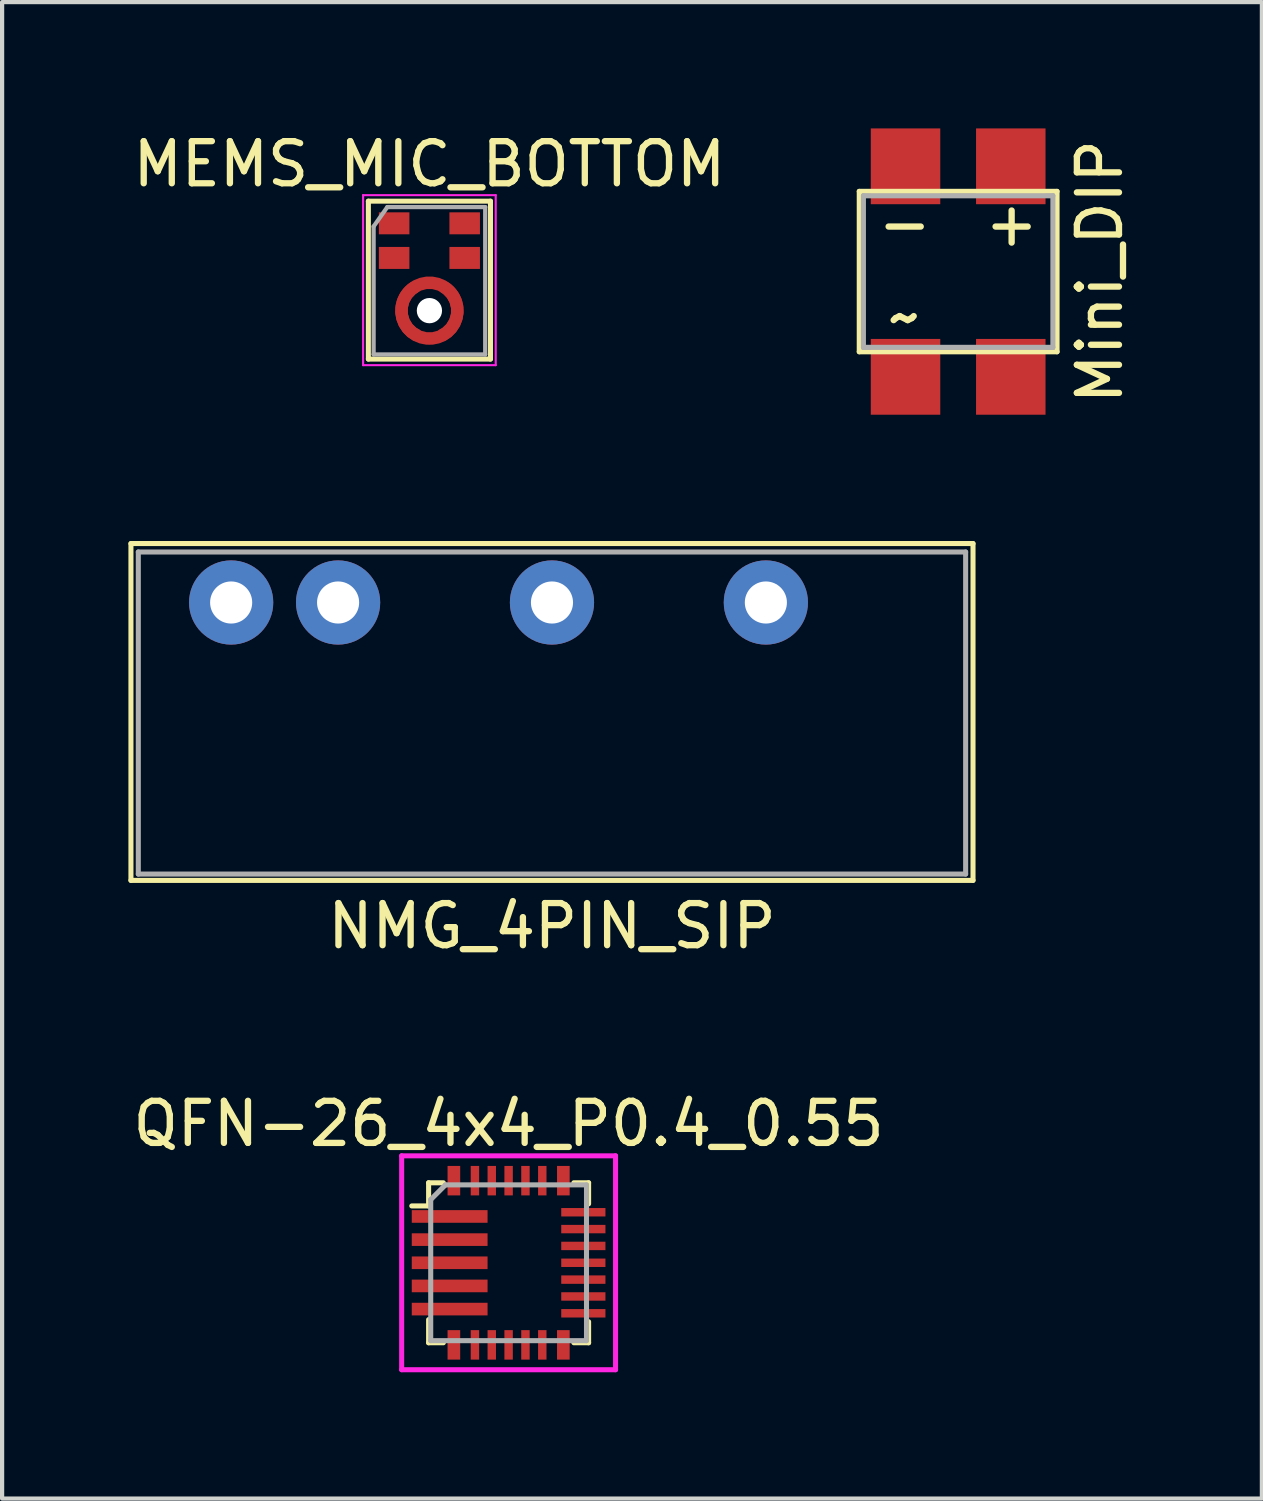
<source format=kicad_pcb>
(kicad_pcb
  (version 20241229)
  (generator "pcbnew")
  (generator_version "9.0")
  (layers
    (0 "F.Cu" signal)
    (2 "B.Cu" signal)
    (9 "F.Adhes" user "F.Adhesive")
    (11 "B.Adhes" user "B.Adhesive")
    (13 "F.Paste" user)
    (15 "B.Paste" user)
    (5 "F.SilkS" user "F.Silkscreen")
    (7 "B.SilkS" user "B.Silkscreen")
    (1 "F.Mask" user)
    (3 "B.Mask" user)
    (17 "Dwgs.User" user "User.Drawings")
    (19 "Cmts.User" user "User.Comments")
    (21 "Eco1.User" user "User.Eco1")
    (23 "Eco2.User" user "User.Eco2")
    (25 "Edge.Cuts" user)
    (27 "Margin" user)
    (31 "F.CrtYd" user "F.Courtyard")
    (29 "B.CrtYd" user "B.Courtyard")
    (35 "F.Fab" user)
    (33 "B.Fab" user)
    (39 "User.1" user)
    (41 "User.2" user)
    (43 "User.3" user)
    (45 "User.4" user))
  (footprint "MEMS_MIC_BOTTOM"
    (layer "F.Cu")
    (at 7.149 4.328)
    (property "Reference" "MEMS_MIC_BOTTOM" (at 0 -3.48 0) (layer "F.SilkS") (effects (font (size 1 1) (thickness 0.15))))
    (attr smd)
    (fp_line (start -1.45 -2.6) (end 1.45 -2.6) (stroke (width 0.12) (type solid)) (layer "F.SilkS"))
    (fp_line (start -1.45 1.15) (end -1.45 -2.6) (stroke (width 0.12) (type solid)) (layer "F.SilkS"))
    (fp_line (start 1.45 -2.6) (end 1.45 1.15) (stroke (width 0.12) (type solid)) (layer "F.SilkS"))
    (fp_line (start 1.45 1.15) (end -1.45 1.15) (stroke (width 0.12) (type solid)) (layer "F.SilkS"))
    (fp_line (start -1.575 -2.743) (end 1.575 -2.743) (stroke (width 0.05) (type solid)) (layer "F.CrtYd"))
    (fp_line (start -1.575 1.295) (end -1.575 -2.743) (stroke (width 0.05) (type solid)) (layer "F.CrtYd"))
    (fp_line (start 1.575 -2.743) (end 1.575 1.295) (stroke (width 0.05) (type solid)) (layer "F.CrtYd"))
    (fp_line (start 1.575 1.295) (end -1.575 1.295) (stroke (width 0.05) (type solid)) (layer "F.CrtYd"))
    (fp_line (start -1.325 1.04) (end -1.325 -2) (stroke (width 0.1) (type solid)) (layer "F.Fab"))
    (fp_line (start -1 -2.46) (end -1.325 -2) (stroke (width 0.1) (type solid)) (layer "F.Fab"))
    (fp_line (start -1 -2.46) (end 1.325 -2.46) (stroke (width 0.1) (type solid)) (layer "F.Fab"))
    (fp_line (start 1.325 -2.46) (end 1.325 1.04) (stroke (width 0.1) (type solid)) (layer "F.Fab"))
    (fp_line (start 1.325 1.04) (end -1.325 1.04) (stroke (width 0.1) (type solid)) (layer "F.Fab"))
    (pad "" np_thru_hole circle (at 0 0) (size 0.6 0.6) (drill 0.6) (layers "*.Cu" "*.Mask"))
    (pad "1" smd rect (at -0.838 -2.074) (size 0.725 0.522) (layers "F.Cu" "F.Mask" "F.Paste"))
    (pad "2" smd rect (at -0.838 -1.252) (size 0.725 0.522) (layers "F.Cu" "F.Mask" "F.Paste"))
    (pad "3" smd custom (at -0.662 0) (size 0.1 0.1) (layers "F.Cu" "F.Paste") (options (anchor circle)) (primitives (gr_arc (start 0.348686 0.578109) (mid -0.001314 0.028109) (end 0.3 -0.55) (width 0.3))))
    (pad "3" smd custom (at 0 0.662) (size 0.3 0.3) (layers "F.Cu" "F.Mask") (options (anchor circle)) (primitives (gr_circle (center 0 -0.662) (end 0.662 -0.662) (width 0.3) (fill no))))
    (pad "3" smd custom (at 0.662 0) (size 0.1 0.1) (layers "F.Cu" "F.Paste") (options (anchor circle)) (primitives (gr_arc (start -0.3 -0.55) (mid 0.001314 0.028109) (end -0.348686 0.578109) (width 0.3))))
    (pad "4" smd rect (at 0.838 -1.252) (size 0.725 0.522) (layers "F.Cu" "F.Mask" "F.Paste"))
    (pad "5" smd rect (at 0.838 -2.074) (size 0.725 0.522) (layers "F.Cu" "F.Mask" "F.Paste")))
  (footprint "NMG_4PIN_SIP"
    (layer "F.Cu")
    (at 10.06 11.26)
    (property "Reference" "NMG_4PIN_SIP" (at 0 7.684 0) (layer "F.SilkS") (effects (font (size 1 1) (thickness 0.15))))
    (attr through_hole)
    (fp_line (start -10 -1.4) (end 10 -1.4) (stroke (width 0.12) (type solid)) (layer "F.SilkS"))
    (fp_line (start -10 6.6) (end -10 -1.4) (stroke (width 0.12) (type solid)) (layer "F.SilkS"))
    (fp_line (start 10 -1.4) (end 10 6.6) (stroke (width 0.12) (type solid)) (layer "F.SilkS"))
    (fp_line (start 10 6.6) (end -10 6.6) (stroke (width 0.12) (type solid)) (layer "F.SilkS"))
    (fp_line (start -9.825 -1.2) (end 9.825 -1.2) (stroke (width 0.12) (type solid)) (layer "F.Fab"))
    (fp_line (start -9.825 6.45) (end -9.825 -1.2) (stroke (width 0.12) (type solid)) (layer "F.Fab"))
    (fp_line (start 9.825 -1.2) (end 9.825 6.45) (stroke (width 0.12) (type solid)) (layer "F.Fab"))
    (fp_line (start 9.825 6.45) (end -9.825 6.45) (stroke (width 0.12) (type solid)) (layer "F.Fab"))
    (pad "1" thru_hole circle (at -7.62 0) (size 2 2) (drill 1) (layers "*.Cu" "*.Mask"))
    (pad "2" thru_hole circle (at -5.08 0) (size 2 2) (drill 1) (layers "*.Cu" "*.Mask"))
    (pad "4" thru_hole circle (at 0 0) (size 2 2) (drill 1) (layers "*.Cu" "*.Mask"))
    (pad "6" thru_hole circle (at 5.08 0) (size 2 2) (drill 1) (layers "*.Cu" "*.Mask")))
  (footprint "Mini_DIP"
    (layer "F.Cu")
    (at 19.707 3.4)
    (property "Reference" "Mini_DIP" (at 3.365 0 90) (layer "F.SilkS") (effects (font (size 1 1) (thickness 0.15))))
    (attr through_hole)
    (fp_line (start -2.349 -1.905) (end 2.349 -1.905) (stroke (width 0.12) (type solid)) (layer "F.SilkS"))
    (fp_line (start -2.349 1.905) (end -2.349 -1.905) (stroke (width 0.12) (type solid)) (layer "F.SilkS"))
    (fp_line (start 2.349 -1.905) (end 2.349 1.905) (stroke (width 0.12) (type solid)) (layer "F.SilkS"))
    (fp_line (start 2.349 1.905) (end -2.349 1.905) (stroke (width 0.12) (type solid)) (layer "F.SilkS"))
    (fp_line (start -2.25 -1.8) (end 2.25 -1.8) (stroke (width 0.12) (type solid)) (layer "F.Fab"))
    (fp_line (start -2.25 1.8) (end -2.25 -1.8) (stroke (width 0.12) (type solid)) (layer "F.Fab"))
    (fp_line (start 2.25 -1.8) (end 2.25 1.8) (stroke (width 0.12) (type solid)) (layer "F.Fab"))
    (fp_line (start 2.25 1.8) (end -2.25 1.8) (stroke (width 0.12) (type solid)) (layer "F.Fab"))
    (fp_text user "-" (at -1.27 -1.143 0) (layer "F.SilkS") (effects (font (size 1 1) (thickness 0.15))))
    (fp_text user "~" (at -1.27 1.079 0) (layer "F.SilkS") (effects (font (size 1 1) (thickness 0.15))))
    (fp_text user "+" (at 1.27 -1.143 0) (layer "F.SilkS") (effects (font (size 1 1) (thickness 0.15))))
    (pad "1" smd rect (at -1.25 2.5) (size 1.65 1.8) (layers "F.Cu" "F.Mask" "F.Paste"))
    (pad "2" smd rect (at 1.25 2.5) (size 1.65 1.8) (layers "F.Cu" "F.Mask" "F.Paste"))
    (pad "3" smd rect (at 1.25 -2.5) (size 1.65 1.8) (layers "F.Cu" "F.Mask" "F.Paste"))
    (pad "4" smd rect (at -1.25 -2.5) (size 1.65 1.8) (layers "F.Cu" "F.Mask" "F.Paste")))
  (footprint "QFN-26_4x4_P0.4_0.55"
    (layer "F.Cu")
    (at 9.03 26.942)
    (property "Reference" "QFN-26_4x4_P0.4_0.55" (at 0 -3.302 0) (layer "F.SilkS") (effects (font (size 1 1) (thickness 0.15))))
    (attr through_hole)
    (fp_line (start -1.9 -1.9) (end -1.9 -1.35) (stroke (width 0.12) (type solid)) (layer "F.SilkS"))
    (fp_line (start -1.9 -1.35) (end -2.3 -1.35) (stroke (width 0.12) (type solid)) (layer "F.SilkS"))
    (fp_line (start -1.9 1.9) (end -1.9 1.35) (stroke (width 0.12) (type solid)) (layer "F.SilkS"))
    (fp_line (start -1.55 -1.9) (end -1.9 -1.9) (stroke (width 0.12) (type solid)) (layer "F.SilkS"))
    (fp_line (start -1.55 1.9) (end -1.9 1.9) (stroke (width 0.12) (type solid)) (layer "F.SilkS"))
    (fp_line (start 1.55 -1.9) (end 1.9 -1.9) (stroke (width 0.12) (type solid)) (layer "F.SilkS"))
    (fp_line (start 1.9 -1.9) (end 1.9 -1.4) (stroke (width 0.12) (type solid)) (layer "F.SilkS"))
    (fp_line (start 1.9 1.4) (end 1.9 1.9) (stroke (width 0.12) (type solid)) (layer "F.SilkS"))
    (fp_line (start 1.9 1.9) (end 1.55 1.9) (stroke (width 0.12) (type solid)) (layer "F.SilkS"))
    (fp_line (start -2.54 -2.54) (end 2.54 -2.54) (stroke (width 0.12) (type solid)) (layer "F.CrtYd"))
    (fp_line (start -2.54 2.54) (end -2.54 -2.54) (stroke (width 0.12) (type solid)) (layer "F.CrtYd"))
    (fp_line (start 2.54 -2.54) (end 2.54 2.54) (stroke (width 0.12) (type solid)) (layer "F.CrtYd"))
    (fp_line (start 2.54 2.54) (end -2.54 2.54) (stroke (width 0.12) (type solid)) (layer "F.CrtYd"))
    (fp_line (start -1.85 -1.5) (end -1.5 -1.85) (stroke (width 0.12) (type solid)) (layer "F.Fab"))
    (fp_line (start -1.85 1.85) (end -1.85 -1.5) (stroke (width 0.12) (type solid)) (layer "F.Fab"))
    (fp_line (start -1.5 -1.85) (end 1.85 -1.85) (stroke (width 0.12) (type solid)) (layer "F.Fab"))
    (fp_line (start 1.85 -1.85) (end 1.85 1.85) (stroke (width 0.12) (type solid)) (layer "F.Fab"))
    (fp_line (start 1.85 1.85) (end -1.85 1.85) (stroke (width 0.12) (type solid)) (layer "F.Fab"))
    (pad "1" smd rect (at -1.4 -1.1) (size 1.8 0.3) (layers "F.Cu" "F.Mask" "F.Paste"))
    (pad "2" smd rect (at -1.4 -0.55) (size 1.8 0.3) (layers "F.Cu" "F.Mask" "F.Paste"))
    (pad "3" smd rect (at -1.4 0) (size 1.8 0.3) (layers "F.Cu" "F.Mask" "F.Paste"))
    (pad "4" smd rect (at -1.4 0.55) (size 1.8 0.3) (layers "F.Cu" "F.Mask" "F.Paste"))
    (pad "5" smd rect (at -1.4 1.1) (size 1.8 0.3) (layers "F.Cu" "F.Mask" "F.Paste"))
    (pad "6" smd rect (at -1.3 1.95 90) (size 0.7 0.3) (layers "F.Cu" "F.Mask" "F.Paste"))
    (pad "7" smd rect (at -0.8 1.95 90) (size 0.7 0.2) (layers "F.Cu" "F.Mask" "F.Paste"))
    (pad "8" smd rect (at -0.4 1.95 90) (size 0.7 0.2) (layers "F.Cu" "F.Mask" "F.Paste"))
    (pad "9" smd rect (at 0 1.95 90) (size 0.7 0.2) (layers "F.Cu" "F.Mask" "F.Paste"))
    (pad "10" smd rect (at 0.4 1.95 90) (size 0.7 0.2) (layers "F.Cu" "F.Mask" "F.Paste"))
    (pad "11" smd rect (at 0.8 1.95 90) (size 0.7 0.2) (layers "F.Cu" "F.Mask" "F.Paste"))
    (pad "12" smd rect (at 1.3 1.95 90) (size 0.7 0.3) (layers "F.Cu" "F.Mask" "F.Paste"))
    (pad "13" smd rect (at 1.775 1.2 180) (size 1.05 0.2) (layers "F.Cu" "F.Mask" "F.Paste"))
    (pad "14" smd rect (at 1.775 0.8 180) (size 1.05 0.2) (layers "F.Cu" "F.Mask" "F.Paste"))
    (pad "15" smd rect (at 1.775 0.4 180) (size 1.05 0.2) (layers "F.Cu" "F.Mask" "F.Paste"))
    (pad "16" smd rect (at 1.775 0 180) (size 1.05 0.2) (layers "F.Cu" "F.Mask" "F.Paste"))
    (pad "17" smd rect (at 1.775 -0.4 180) (size 1.05 0.2) (layers "F.Cu" "F.Mask" "F.Paste"))
    (pad "18" smd rect (at 1.775 -0.8 180) (size 1.05 0.2) (layers "F.Cu" "F.Mask" "F.Paste"))
    (pad "19" smd rect (at 1.775 -1.2 180) (size 1.05 0.2) (layers "F.Cu" "F.Mask" "F.Paste"))
    (pad "20" smd rect (at 1.3 -1.95 270) (size 0.7 0.3) (layers "F.Cu" "F.Mask" "F.Paste"))
    (pad "21" smd rect (at 0.8 -1.95 270) (size 0.7 0.2) (layers "F.Cu" "F.Mask" "F.Paste"))
    (pad "22" smd rect (at 0.4 -1.95 270) (size 0.7 0.2) (layers "F.Cu" "F.Mask" "F.Paste"))
    (pad "23" smd rect (at 0 -1.95 270) (size 0.7 0.2) (layers "F.Cu" "F.Mask" "F.Paste"))
    (pad "24" smd rect (at -0.4 -1.95 270) (size 0.7 0.2) (layers "F.Cu" "F.Mask" "F.Paste"))
    (pad "25" smd rect (at -0.8 -1.95 270) (size 0.7 0.2) (layers "F.Cu" "F.Mask" "F.Paste"))
    (pad "26" smd rect (at -1.3 -1.95 270) (size 0.7 0.3) (layers "F.Cu" "F.Mask" "F.Paste")))
  (gr_rect
    (start -3 -3)
    (end 26.921 32.542)
    (stroke (width 0.1) (type default))
    (fill no)
    (layer "Edge.Cuts")))
</source>
